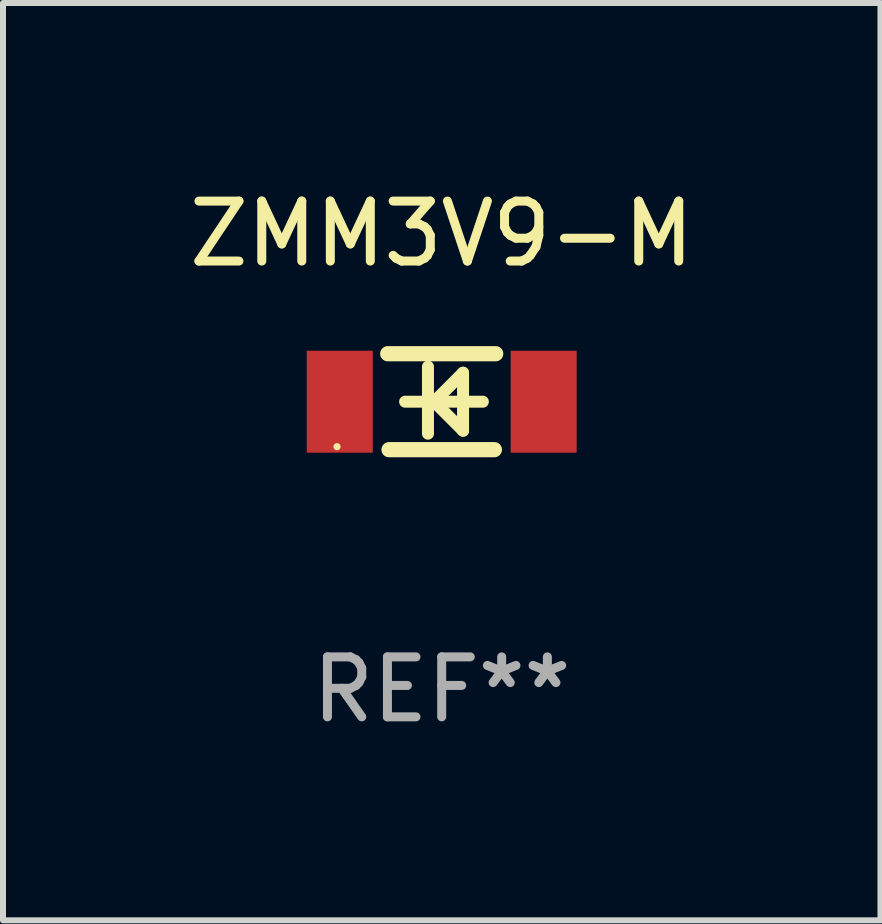
<source format=kicad_pcb>
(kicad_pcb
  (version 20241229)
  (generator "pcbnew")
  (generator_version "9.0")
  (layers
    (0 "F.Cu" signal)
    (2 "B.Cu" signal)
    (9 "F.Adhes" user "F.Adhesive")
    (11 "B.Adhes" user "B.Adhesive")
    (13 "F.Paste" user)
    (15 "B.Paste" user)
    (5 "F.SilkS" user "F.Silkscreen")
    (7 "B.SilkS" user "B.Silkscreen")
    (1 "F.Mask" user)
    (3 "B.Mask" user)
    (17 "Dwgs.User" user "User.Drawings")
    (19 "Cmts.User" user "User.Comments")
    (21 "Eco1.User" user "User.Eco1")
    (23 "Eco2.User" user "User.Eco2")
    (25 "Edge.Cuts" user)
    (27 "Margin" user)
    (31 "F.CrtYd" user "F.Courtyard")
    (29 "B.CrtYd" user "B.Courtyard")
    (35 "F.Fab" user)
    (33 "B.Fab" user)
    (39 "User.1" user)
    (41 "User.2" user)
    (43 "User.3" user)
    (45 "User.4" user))
  (footprint "ZMM3V9-M"
    (layer "F.Cu")
    (at 4.315 3.648)
    (property "Reference" "ZMM3V9-M" (at 0 -2.8 0) (layer "F.SilkS") (effects (font (size 1 1) (thickness 0.15))))
    (attr through_hole)
    (fp_line (start -0.9 -0.8) (end 0.9 -0.8) (stroke (width 0.254) (type solid)) (layer "F.SilkS"))
    (fp_line (start -0.878 0.8) (end 0.878 0.8) (stroke (width 0.254) (type solid)) (layer "F.SilkS"))
    (fp_line (start -0.61 0) (end 0.686 0) (stroke (width 0.2) (type solid)) (layer "F.SilkS"))
    (fp_line (start -0.229 -0.584) (end -0.229 0.533) (stroke (width 0.2) (type solid)) (layer "F.SilkS"))
    (fp_line (start -0.127 0) (end 0.356 -0.483) (stroke (width 0.2) (type solid)) (layer "F.SilkS"))
    (fp_line (start 0.356 -0.483) (end 0.356 0.483) (stroke (width 0.2) (type solid)) (layer "F.SilkS"))
    (fp_line (start 0.356 0.483) (end -0.102 0.025) (stroke (width 0.2) (type solid)) (layer "F.SilkS"))
    (fp_circle (center -1.746 0.75) (end -1.716 0.75) (stroke (width 0.06) (type solid)) (fill no) (layer "F.SilkS"))
    (fp_text user "REF**" (at 0 4.8 0) (layer "F.Fab") (effects (font (size 1 1) (thickness 0.15))))
    (pad "1" smd rect (at -1.7 0 180) (size 1.1 1.7) (layers "F.Cu" "F.Mask" "F.Paste"))
    (pad "2" smd rect (at 1.7 0 180) (size 1.1 1.7) (layers "F.Cu" "F.Mask" "F.Paste")))
  (gr_rect
    (start -3 -3)
    (end 11.631 12.296)
    (stroke (width 0.1) (type default))
    (fill no)
    (layer "Edge.Cuts")))
</source>
